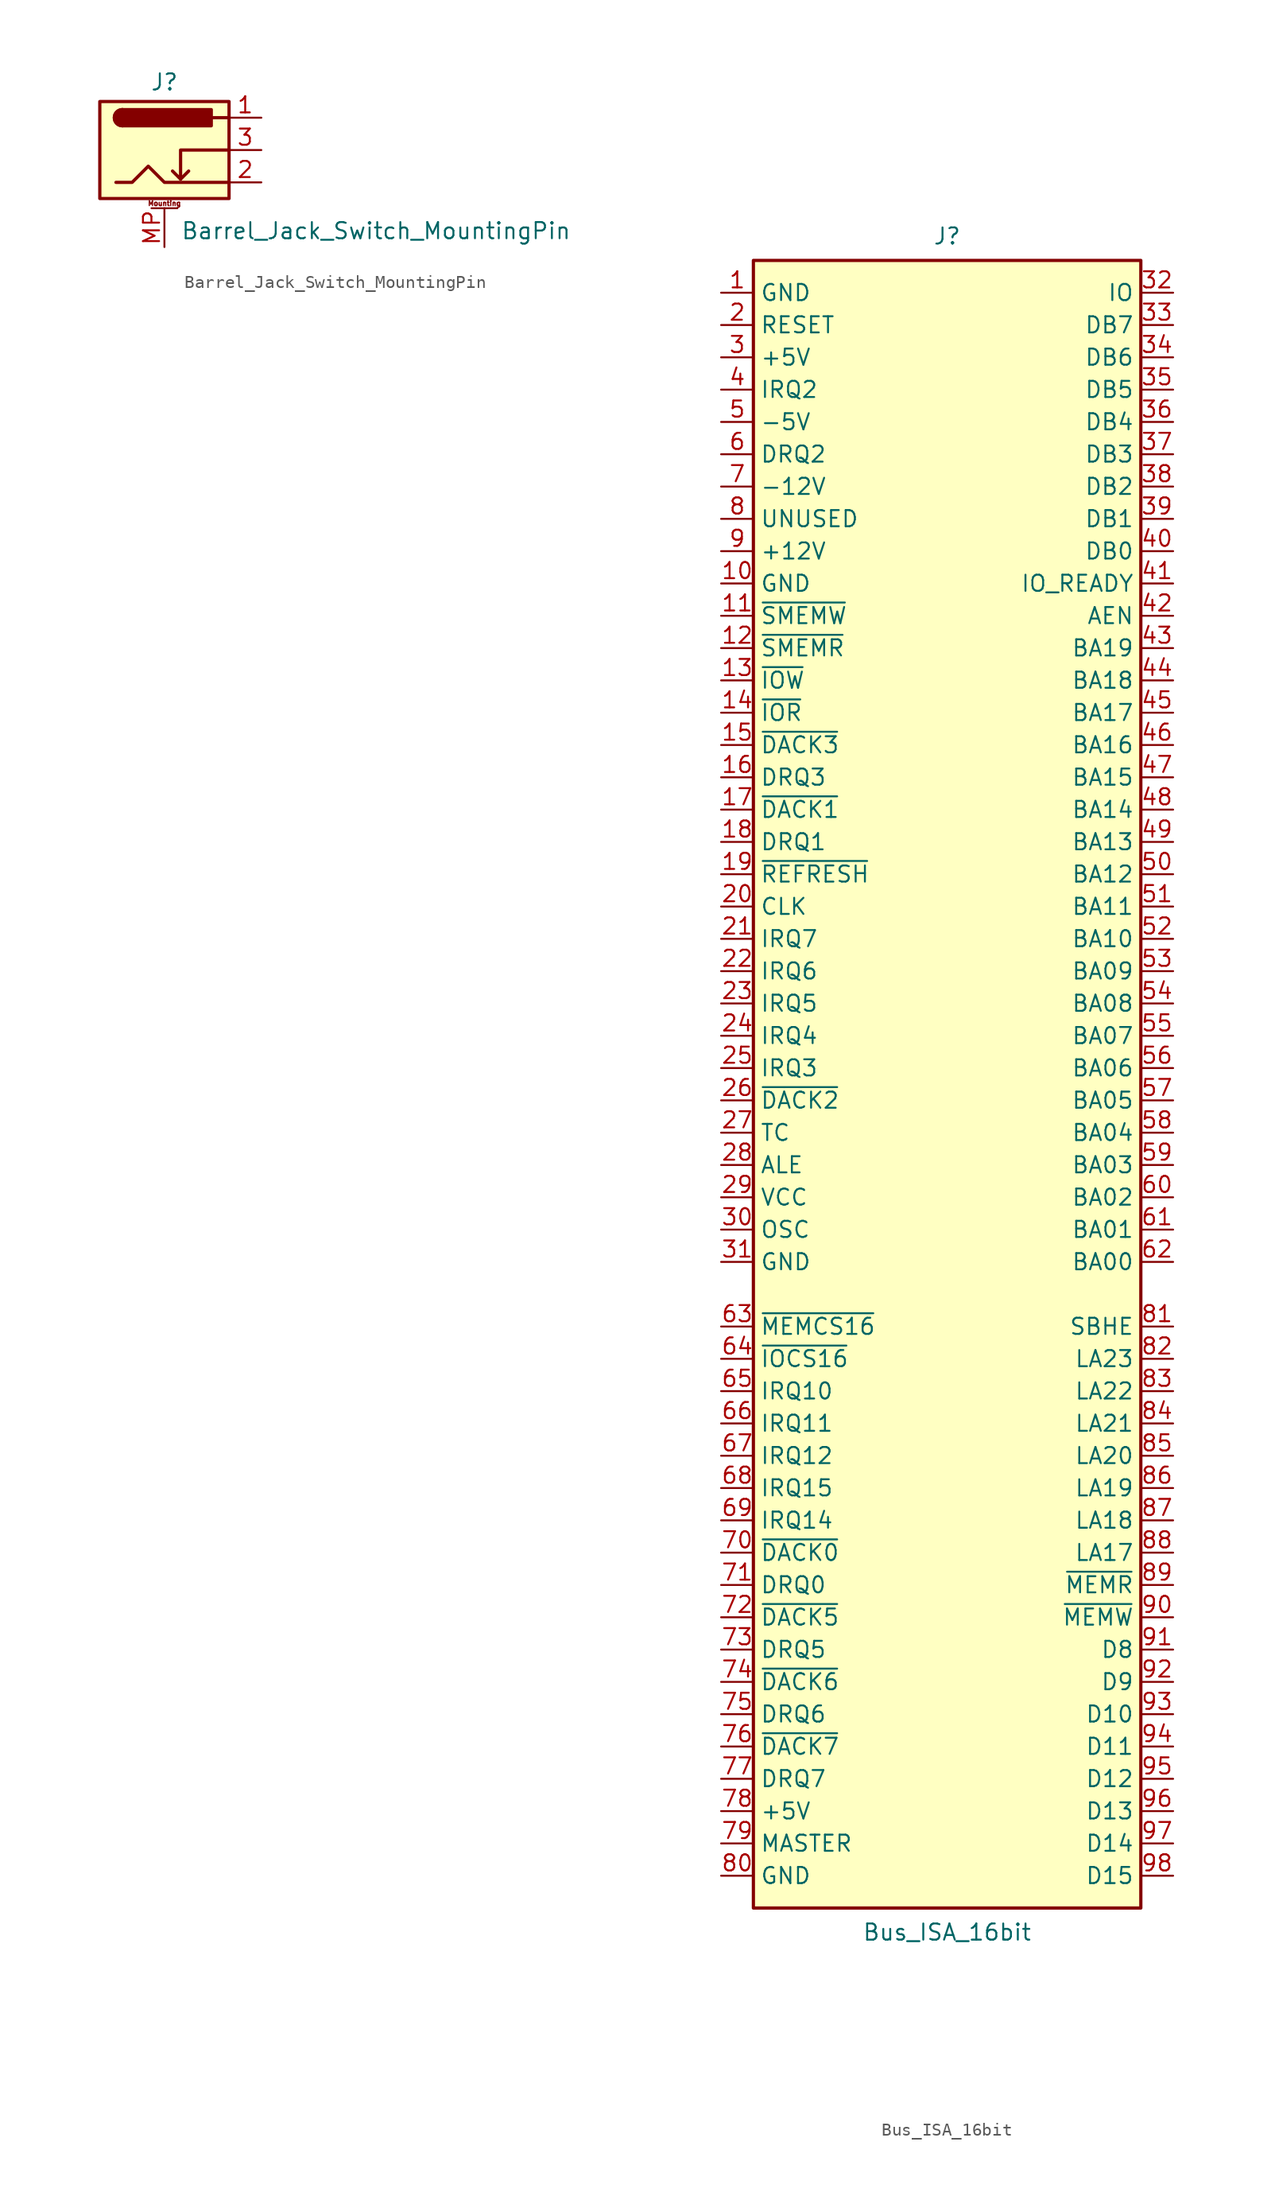
<source format=kicad_sym>
(kicad_symbol_lib
  (version 20211014)
  (generator kicad_symbol_editor)
  (symbol "Barrel_Jack_Switch_MountingPin"
    (pin_names hide)
    (property "Reference" "J"
      (at 0 5.334 0)
      (effects (font (size 1.27 1.27))))
    (property "Value" "Barrel_Jack_Switch_MountingPin"
      (at 1.27 -6.35 0)
      (effects (font (size 1.27 1.27)) (justify left)))
    (symbol "Barrel_Jack_Switch_MountingPin_0_1"
      (rectangle (start -5.08 3.81) (end 5.08 -3.81) (stroke (width 0.254) (type default) (color 0 0 0 0)) (fill (type background)))
      (arc (start -3.302 3.175) (mid -3.937 2.54) (end -3.302 1.905) (stroke (width 0.254) (type default) (color 0 0 0 0)) (fill (type none)))
      (arc (start -3.302 3.175) (mid -3.937 2.54) (end -3.302 1.905) (stroke (width 0.254) (type default) (color 0 0 0 0)) (fill (type outline)))
      (polyline (pts (xy 1.27 -2.286) (xy 1.905 -1.651)) (stroke (width 0.254) (type default) (color 0 0 0 0)) (fill (type none)))
      (polyline (pts (xy 5.08 2.54) (xy 3.81 2.54)) (stroke (width 0.254) (type default) (color 0 0 0 0)) (fill (type none)))
      (polyline (pts (xy 5.08 0) (xy 1.27 0) (xy 1.27 -2.286) (xy 0.635 -1.651)) (stroke (width 0.254) (type default) (color 0 0 0 0)) (fill (type none)))
      (polyline (pts (xy -3.81 -2.54) (xy -2.54 -2.54) (xy -1.27 -1.27) (xy 0 -2.54) (xy 2.54 -2.54) (xy 5.08 -2.54)) (stroke (width 0.254) (type default) (color 0 0 0 0)) (fill (type none)))
      (rectangle (start 3.683 3.175) (end -3.302 1.905) (stroke (width 0.254) (type default) (color 0 0 0 0)) (fill (type outline))))
    (symbol "Barrel_Jack_Switch_MountingPin_1_1"
      (polyline (pts (xy -1.016 -4.572) (xy 1.016 -4.572)) (stroke (width 0.152) (type default) (color 0 0 0 0)) (fill (type none)))
      (text "Mounting" (at 0 -4.191 0) (effects (font (size 0.381 0.381))))
      (pin passive line (at 7.62 2.54 180) (length 2.54) (name "~" (effects (font (size 1.27 1.27)))) (number "1" (effects (font (size 1.27 1.27)))))
      (pin passive line (at 7.62 -2.54 180) (length 2.54) (name "~" (effects (font (size 1.27 1.27)))) (number "2" (effects (font (size 1.27 1.27)))))
      (pin passive line (at 7.62 0 180) (length 2.54) (name "~" (effects (font (size 1.27 1.27)))) (number "3" (effects (font (size 1.27 1.27)))))
      (pin passive line (at 0 -7.62 90) (length 3.048) (name "MountPin" (effects (font (size 1.27 1.27)))) (number "MP" (effects (font (size 1.27 1.27)))))))
  (symbol "Bus_ISA_16bit"
    (property "Reference" "J"
      (at 0 67.945 0)
      (effects (font (size 1.27 1.27))))
    (property "Value" "Bus_ISA_16bit"
      (at 0 -65.405 0)
      (effects (font (size 1.27 1.27))))
    (symbol "Bus_ISA_16bit_0_1"
      (rectangle (start -15.24 -63.5) (end 15.24 66.04) (stroke (width 0.254) (type default) (color 0 0 0 0)) (fill (type background))))
    (symbol "Bus_ISA_16bit_1_1"
      (pin power_in line (at -17.78 63.5 0) (length 2.54) (name "GND" (effects (font (size 1.27 1.27)))) (number "1" (effects (font (size 1.27 1.27)))))
      (pin power_in line (at -17.78 40.64 0) (length 2.54) (name "GND" (effects (font (size 1.27 1.27)))) (number "10" (effects (font (size 1.27 1.27)))))
      (pin output line (at -17.78 38.1 0) (length 2.54) (name "~{SMEMW}" (effects (font (size 1.27 1.27)))) (number "11" (effects (font (size 1.27 1.27)))))
      (pin output line (at -17.78 35.56 0) (length 2.54) (name "~{SMEMR}" (effects (font (size 1.27 1.27)))) (number "12" (effects (font (size 1.27 1.27)))))
      (pin output line (at -17.78 33.02 0) (length 2.54) (name "~{IOW}" (effects (font (size 1.27 1.27)))) (number "13" (effects (font (size 1.27 1.27)))))
      (pin output line (at -17.78 30.48 0) (length 2.54) (name "~{IOR}" (effects (font (size 1.27 1.27)))) (number "14" (effects (font (size 1.27 1.27)))))
      (pin passive line (at -17.78 27.94 0) (length 2.54) (name "~{DACK3}" (effects (font (size 1.27 1.27)))) (number "15" (effects (font (size 1.27 1.27)))))
      (pin passive line (at -17.78 25.4 0) (length 2.54) (name "DRQ3" (effects (font (size 1.27 1.27)))) (number "16" (effects (font (size 1.27 1.27)))))
      (pin passive line (at -17.78 22.86 0) (length 2.54) (name "~{DACK1}" (effects (font (size 1.27 1.27)))) (number "17" (effects (font (size 1.27 1.27)))))
      (pin passive line (at -17.78 20.32 0) (length 2.54) (name "DRQ1" (effects (font (size 1.27 1.27)))) (number "18" (effects (font (size 1.27 1.27)))))
      (pin passive line (at -17.78 17.78 0) (length 2.54) (name "~{REFRESH}" (effects (font (size 1.27 1.27)))) (number "19" (effects (font (size 1.27 1.27)))))
      (pin output line (at -17.78 60.96 0) (length 2.54) (name "RESET" (effects (font (size 1.27 1.27)))) (number "2" (effects (font (size 1.27 1.27)))))
      (pin output line (at -17.78 15.24 0) (length 2.54) (name "CLK" (effects (font (size 1.27 1.27)))) (number "20" (effects (font (size 1.27 1.27)))))
      (pin passive line (at -17.78 12.7 0) (length 2.54) (name "IRQ7" (effects (font (size 1.27 1.27)))) (number "21" (effects (font (size 1.27 1.27)))))
      (pin passive line (at -17.78 10.16 0) (length 2.54) (name "IRQ6" (effects (font (size 1.27 1.27)))) (number "22" (effects (font (size 1.27 1.27)))))
      (pin passive line (at -17.78 7.62 0) (length 2.54) (name "IRQ5" (effects (font (size 1.27 1.27)))) (number "23" (effects (font (size 1.27 1.27)))))
      (pin passive line (at -17.78 5.08 0) (length 2.54) (name "IRQ4" (effects (font (size 1.27 1.27)))) (number "24" (effects (font (size 1.27 1.27)))))
      (pin passive line (at -17.78 2.54 0) (length 2.54) (name "IRQ3" (effects (font (size 1.27 1.27)))) (number "25" (effects (font (size 1.27 1.27)))))
      (pin passive line (at -17.78 0 0) (length 2.54) (name "~{DACK2}" (effects (font (size 1.27 1.27)))) (number "26" (effects (font (size 1.27 1.27)))))
      (pin passive line (at -17.78 -2.54 0) (length 2.54) (name "TC" (effects (font (size 1.27 1.27)))) (number "27" (effects (font (size 1.27 1.27)))))
      (pin output line (at -17.78 -5.08 0) (length 2.54) (name "ALE" (effects (font (size 1.27 1.27)))) (number "28" (effects (font (size 1.27 1.27)))))
      (pin power_in line (at -17.78 -7.62 0) (length 2.54) (name "VCC" (effects (font (size 1.27 1.27)))) (number "29" (effects (font (size 1.27 1.27)))))
      (pin power_in line (at -17.78 58.42 0) (length 2.54) (name "+5V" (effects (font (size 1.27 1.27)))) (number "3" (effects (font (size 1.27 1.27)))))
      (pin output line (at -17.78 -10.16 0) (length 2.54) (name "OSC" (effects (font (size 1.27 1.27)))) (number "30" (effects (font (size 1.27 1.27)))))
      (pin power_in line (at -17.78 -12.7 0) (length 2.54) (name "GND" (effects (font (size 1.27 1.27)))) (number "31" (effects (font (size 1.27 1.27)))))
      (pin passive line (at 17.78 63.5 180) (length 2.54) (name "IO" (effects (font (size 1.27 1.27)))) (number "32" (effects (font (size 1.27 1.27)))))
      (pin tri_state line (at 17.78 60.96 180) (length 2.54) (name "DB7" (effects (font (size 1.27 1.27)))) (number "33" (effects (font (size 1.27 1.27)))))
      (pin tri_state line (at 17.78 58.42 180) (length 2.54) (name "DB6" (effects (font (size 1.27 1.27)))) (number "34" (effects (font (size 1.27 1.27)))))
      (pin tri_state line (at 17.78 55.88 180) (length 2.54) (name "DB5" (effects (font (size 1.27 1.27)))) (number "35" (effects (font (size 1.27 1.27)))))
      (pin tri_state line (at 17.78 53.34 180) (length 2.54) (name "DB4" (effects (font (size 1.27 1.27)))) (number "36" (effects (font (size 1.27 1.27)))))
      (pin tri_state line (at 17.78 50.8 180) (length 2.54) (name "DB3" (effects (font (size 1.27 1.27)))) (number "37" (effects (font (size 1.27 1.27)))))
      (pin tri_state line (at 17.78 48.26 180) (length 2.54) (name "DB2" (effects (font (size 1.27 1.27)))) (number "38" (effects (font (size 1.27 1.27)))))
      (pin tri_state line (at 17.78 45.72 180) (length 2.54) (name "DB1" (effects (font (size 1.27 1.27)))) (number "39" (effects (font (size 1.27 1.27)))))
      (pin passive line (at -17.78 55.88 0) (length 2.54) (name "IRQ2" (effects (font (size 1.27 1.27)))) (number "4" (effects (font (size 1.27 1.27)))))
      (pin tri_state line (at 17.78 43.18 180) (length 2.54) (name "DB0" (effects (font (size 1.27 1.27)))) (number "40" (effects (font (size 1.27 1.27)))))
      (pin passive line (at 17.78 40.64 180) (length 2.54) (name "IO_READY" (effects (font (size 1.27 1.27)))) (number "41" (effects (font (size 1.27 1.27)))))
      (pin output line (at 17.78 38.1 180) (length 2.54) (name "AEN" (effects (font (size 1.27 1.27)))) (number "42" (effects (font (size 1.27 1.27)))))
      (pin tri_state line (at 17.78 35.56 180) (length 2.54) (name "BA19" (effects (font (size 1.27 1.27)))) (number "43" (effects (font (size 1.27 1.27)))))
      (pin tri_state line (at 17.78 33.02 180) (length 2.54) (name "BA18" (effects (font (size 1.27 1.27)))) (number "44" (effects (font (size 1.27 1.27)))))
      (pin tri_state line (at 17.78 30.48 180) (length 2.54) (name "BA17" (effects (font (size 1.27 1.27)))) (number "45" (effects (font (size 1.27 1.27)))))
      (pin tri_state line (at 17.78 27.94 180) (length 2.54) (name "BA16" (effects (font (size 1.27 1.27)))) (number "46" (effects (font (size 1.27 1.27)))))
      (pin tri_state line (at 17.78 25.4 180) (length 2.54) (name "BA15" (effects (font (size 1.27 1.27)))) (number "47" (effects (font (size 1.27 1.27)))))
      (pin tri_state line (at 17.78 22.86 180) (length 2.54) (name "BA14" (effects (font (size 1.27 1.27)))) (number "48" (effects (font (size 1.27 1.27)))))
      (pin tri_state line (at 17.78 20.32 180) (length 2.54) (name "BA13" (effects (font (size 1.27 1.27)))) (number "49" (effects (font (size 1.27 1.27)))))
      (pin power_in line (at -17.78 53.34 0) (length 2.54) (name "-5V" (effects (font (size 1.27 1.27)))) (number "5" (effects (font (size 1.27 1.27)))))
      (pin tri_state line (at 17.78 17.78 180) (length 2.54) (name "BA12" (effects (font (size 1.27 1.27)))) (number "50" (effects (font (size 1.27 1.27)))))
      (pin tri_state line (at 17.78 15.24 180) (length 2.54) (name "BA11" (effects (font (size 1.27 1.27)))) (number "51" (effects (font (size 1.27 1.27)))))
      (pin tri_state line (at 17.78 12.7 180) (length 2.54) (name "BA10" (effects (font (size 1.27 1.27)))) (number "52" (effects (font (size 1.27 1.27)))))
      (pin tri_state line (at 17.78 10.16 180) (length 2.54) (name "BA09" (effects (font (size 1.27 1.27)))) (number "53" (effects (font (size 1.27 1.27)))))
      (pin tri_state line (at 17.78 7.62 180) (length 2.54) (name "BA08" (effects (font (size 1.27 1.27)))) (number "54" (effects (font (size 1.27 1.27)))))
      (pin tri_state line (at 17.78 5.08 180) (length 2.54) (name "BA07" (effects (font (size 1.27 1.27)))) (number "55" (effects (font (size 1.27 1.27)))))
      (pin tri_state line (at 17.78 2.54 180) (length 2.54) (name "BA06" (effects (font (size 1.27 1.27)))) (number "56" (effects (font (size 1.27 1.27)))))
      (pin tri_state line (at 17.78 0 180) (length 2.54) (name "BA05" (effects (font (size 1.27 1.27)))) (number "57" (effects (font (size 1.27 1.27)))))
      (pin tri_state line (at 17.78 -2.54 180) (length 2.54) (name "BA04" (effects (font (size 1.27 1.27)))) (number "58" (effects (font (size 1.27 1.27)))))
      (pin tri_state line (at 17.78 -5.08 180) (length 2.54) (name "BA03" (effects (font (size 1.27 1.27)))) (number "59" (effects (font (size 1.27 1.27)))))
      (pin passive line (at -17.78 50.8 0) (length 2.54) (name "DRQ2" (effects (font (size 1.27 1.27)))) (number "6" (effects (font (size 1.27 1.27)))))
      (pin tri_state line (at 17.78 -7.62 180) (length 2.54) (name "BA02" (effects (font (size 1.27 1.27)))) (number "60" (effects (font (size 1.27 1.27)))))
      (pin tri_state line (at 17.78 -10.16 180) (length 2.54) (name "BA01" (effects (font (size 1.27 1.27)))) (number "61" (effects (font (size 1.27 1.27)))))
      (pin tri_state line (at 17.78 -12.7 180) (length 2.54) (name "BA00" (effects (font (size 1.27 1.27)))) (number "62" (effects (font (size 1.27 1.27)))))
      (pin passive line (at -17.78 -17.78 0) (length 2.54) (name "~{MEMCS16}" (effects (font (size 1.27 1.27)))) (number "63" (effects (font (size 1.27 1.27)))))
      (pin passive line (at -17.78 -20.32 0) (length 2.54) (name "~{IOCS16}" (effects (font (size 1.27 1.27)))) (number "64" (effects (font (size 1.27 1.27)))))
      (pin passive line (at -17.78 -22.86 0) (length 2.54) (name "IRQ10" (effects (font (size 1.27 1.27)))) (number "65" (effects (font (size 1.27 1.27)))))
      (pin passive line (at -17.78 -25.4 0) (length 2.54) (name "IRQ11" (effects (font (size 1.27 1.27)))) (number "66" (effects (font (size 1.27 1.27)))))
      (pin passive line (at -17.78 -27.94 0) (length 2.54) (name "IRQ12" (effects (font (size 1.27 1.27)))) (number "67" (effects (font (size 1.27 1.27)))))
      (pin passive line (at -17.78 -30.48 0) (length 2.54) (name "IRQ15" (effects (font (size 1.27 1.27)))) (number "68" (effects (font (size 1.27 1.27)))))
      (pin passive line (at -17.78 -33.02 0) (length 2.54) (name "IRQ14" (effects (font (size 1.27 1.27)))) (number "69" (effects (font (size 1.27 1.27)))))
      (pin power_in line (at -17.78 48.26 0) (length 2.54) (name "-12V" (effects (font (size 1.27 1.27)))) (number "7" (effects (font (size 1.27 1.27)))))
      (pin output line (at -17.78 -35.56 0) (length 2.54) (name "~{DACK0}" (effects (font (size 1.27 1.27)))) (number "70" (effects (font (size 1.27 1.27)))))
      (pin passive line (at -17.78 -38.1 0) (length 2.54) (name "DRQ0" (effects (font (size 1.27 1.27)))) (number "71" (effects (font (size 1.27 1.27)))))
      (pin output line (at -17.78 -40.64 0) (length 2.54) (name "~{DACK5}" (effects (font (size 1.27 1.27)))) (number "72" (effects (font (size 1.27 1.27)))))
      (pin passive line (at -17.78 -43.18 0) (length 2.54) (name "DRQ5" (effects (font (size 1.27 1.27)))) (number "73" (effects (font (size 1.27 1.27)))))
      (pin output line (at -17.78 -45.72 0) (length 2.54) (name "~{DACK6}" (effects (font (size 1.27 1.27)))) (number "74" (effects (font (size 1.27 1.27)))))
      (pin passive line (at -17.78 -48.26 0) (length 2.54) (name "DRQ6" (effects (font (size 1.27 1.27)))) (number "75" (effects (font (size 1.27 1.27)))))
      (pin output line (at -17.78 -50.8 0) (length 2.54) (name "~{DACK7}" (effects (font (size 1.27 1.27)))) (number "76" (effects (font (size 1.27 1.27)))))
      (pin passive line (at -17.78 -53.34 0) (length 2.54) (name "DRQ7" (effects (font (size 1.27 1.27)))) (number "77" (effects (font (size 1.27 1.27)))))
      (pin power_in line (at -17.78 -55.88 0) (length 2.54) (name "+5V" (effects (font (size 1.27 1.27)))) (number "78" (effects (font (size 1.27 1.27)))))
      (pin passive line (at -17.78 -58.42 0) (length 2.54) (name "MASTER" (effects (font (size 1.27 1.27)))) (number "79" (effects (font (size 1.27 1.27)))))
      (pin passive line (at -17.78 45.72 0) (length 2.54) (name "UNUSED" (effects (font (size 1.27 1.27)))) (number "8" (effects (font (size 1.27 1.27)))))
      (pin power_in line (at -17.78 -60.96 0) (length 2.54) (name "GND" (effects (font (size 1.27 1.27)))) (number "80" (effects (font (size 1.27 1.27)))))
      (pin passive line (at 17.78 -17.78 180) (length 2.54) (name "SBHE" (effects (font (size 1.27 1.27)))) (number "81" (effects (font (size 1.27 1.27)))))
      (pin passive line (at 17.78 -20.32 180) (length 2.54) (name "LA23" (effects (font (size 1.27 1.27)))) (number "82" (effects (font (size 1.27 1.27)))))
      (pin passive line (at 17.78 -22.86 180) (length 2.54) (name "LA22" (effects (font (size 1.27 1.27)))) (number "83" (effects (font (size 1.27 1.27)))))
      (pin passive line (at 17.78 -25.4 180) (length 2.54) (name "LA21" (effects (font (size 1.27 1.27)))) (number "84" (effects (font (size 1.27 1.27)))))
      (pin passive line (at 17.78 -27.94 180) (length 2.54) (name "LA20" (effects (font (size 1.27 1.27)))) (number "85" (effects (font (size 1.27 1.27)))))
      (pin passive line (at 17.78 -30.48 180) (length 2.54) (name "LA19" (effects (font (size 1.27 1.27)))) (number "86" (effects (font (size 1.27 1.27)))))
      (pin passive line (at 17.78 -33.02 180) (length 2.54) (name "LA18" (effects (font (size 1.27 1.27)))) (number "87" (effects (font (size 1.27 1.27)))))
      (pin passive line (at 17.78 -35.56 180) (length 2.54) (name "LA17" (effects (font (size 1.27 1.27)))) (number "88" (effects (font (size 1.27 1.27)))))
      (pin output line (at 17.78 -38.1 180) (length 2.54) (name "~{MEMR}" (effects (font (size 1.27 1.27)))) (number "89" (effects (font (size 1.27 1.27)))))
      (pin power_in line (at -17.78 43.18 0) (length 2.54) (name "+12V" (effects (font (size 1.27 1.27)))) (number "9" (effects (font (size 1.27 1.27)))))
      (pin output line (at 17.78 -40.64 180) (length 2.54) (name "~{MEMW}" (effects (font (size 1.27 1.27)))) (number "90" (effects (font (size 1.27 1.27)))))
      (pin tri_state line (at 17.78 -43.18 180) (length 2.54) (name "D8" (effects (font (size 1.27 1.27)))) (number "91" (effects (font (size 1.27 1.27)))))
      (pin tri_state line (at 17.78 -45.72 180) (length 2.54) (name "D9" (effects (font (size 1.27 1.27)))) (number "92" (effects (font (size 1.27 1.27)))))
      (pin tri_state line (at 17.78 -48.26 180) (length 2.54) (name "D10" (effects (font (size 1.27 1.27)))) (number "93" (effects (font (size 1.27 1.27)))))
      (pin tri_state line (at 17.78 -50.8 180) (length 2.54) (name "D11" (effects (font (size 1.27 1.27)))) (number "94" (effects (font (size 1.27 1.27)))))
      (pin tri_state line (at 17.78 -53.34 180) (length 2.54) (name "D12" (effects (font (size 1.27 1.27)))) (number "95" (effects (font (size 1.27 1.27)))))
      (pin tri_state line (at 17.78 -55.88 180) (length 2.54) (name "D13" (effects (font (size 1.27 1.27)))) (number "96" (effects (font (size 1.27 1.27)))))
      (pin tri_state line (at 17.78 -58.42 180) (length 2.54) (name "D14" (effects (font (size 1.27 1.27)))) (number "97" (effects (font (size 1.27 1.27)))))
      (pin tri_state line (at 17.78 -60.96 180) (length 2.54) (name "D15" (effects (font (size 1.27 1.27)))) (number "98" (effects (font (size 1.27 1.27))))))))
</source>
